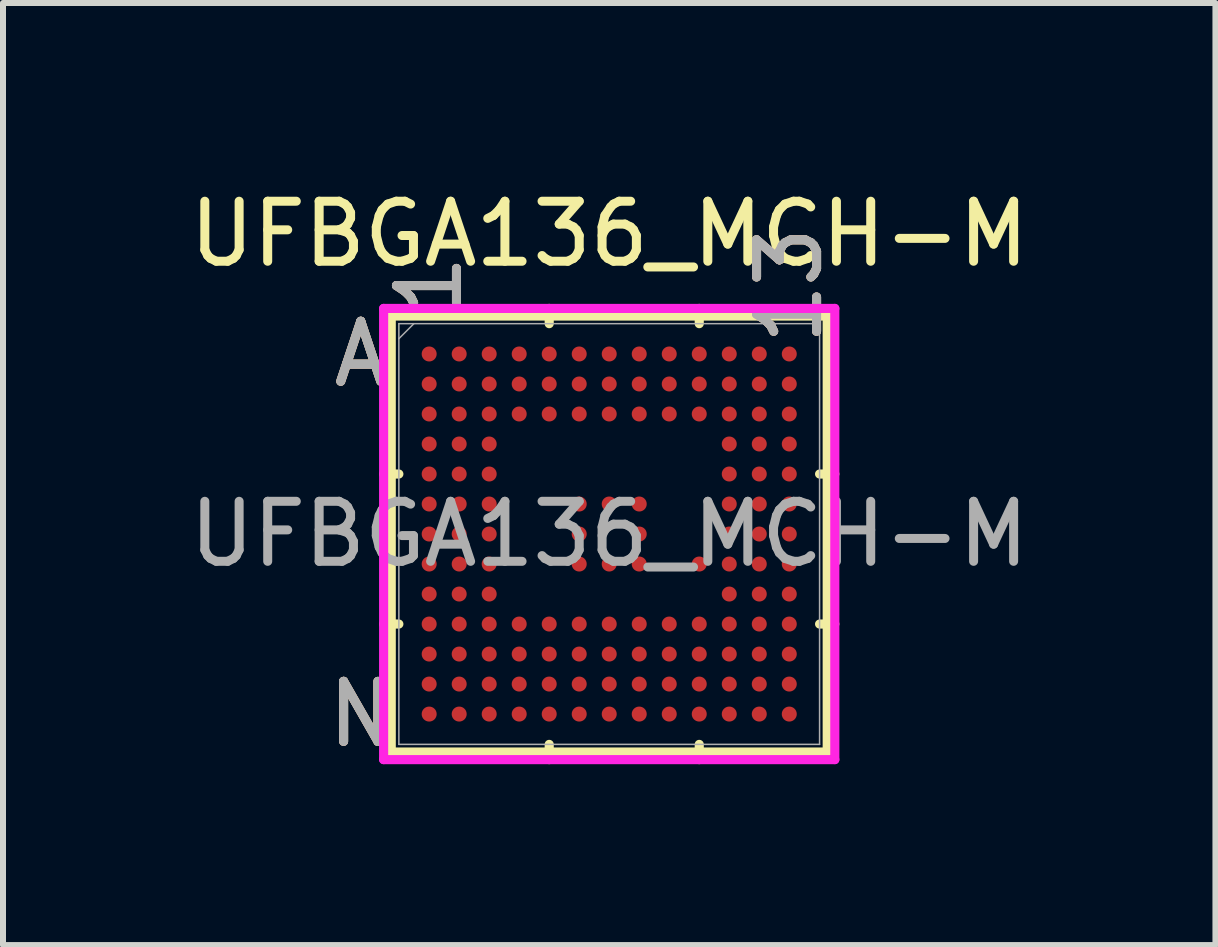
<source format=kicad_pcb>
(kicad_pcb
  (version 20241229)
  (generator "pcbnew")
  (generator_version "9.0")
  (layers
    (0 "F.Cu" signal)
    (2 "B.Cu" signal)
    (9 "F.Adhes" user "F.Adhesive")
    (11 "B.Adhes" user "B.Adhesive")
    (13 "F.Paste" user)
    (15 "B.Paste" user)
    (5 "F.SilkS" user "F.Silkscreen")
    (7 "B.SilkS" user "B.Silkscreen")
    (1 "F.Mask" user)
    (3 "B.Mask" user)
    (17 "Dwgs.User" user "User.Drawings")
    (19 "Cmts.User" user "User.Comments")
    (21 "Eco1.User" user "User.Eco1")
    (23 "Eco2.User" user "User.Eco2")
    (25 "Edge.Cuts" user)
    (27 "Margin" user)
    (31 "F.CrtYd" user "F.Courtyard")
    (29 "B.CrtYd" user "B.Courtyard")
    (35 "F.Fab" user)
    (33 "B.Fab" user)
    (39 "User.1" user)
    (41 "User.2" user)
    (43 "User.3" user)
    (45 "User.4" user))
  (footprint "UFBGA136_MCH-M"
    (layer "F.Cu")
    (at 7.101 5.848)
    (property "Reference" "UFBGA136_MCH-M" (at 0 -5 0) (unlocked yes) (layer "F.SilkS") (effects (font (size 1 1) (thickness 0.15))))
    (attr smd)
    (fp_line (start -3.632 -3.632) (end -3.632 3.632) (stroke (width 0.152) (type solid)) (layer "F.SilkS"))
    (fp_line (start -3.632 3.632) (end 3.632 3.632) (stroke (width 0.152) (type solid)) (layer "F.SilkS"))
    (fp_line (start -3.505 -1) (end -3.759 -1) (stroke (width 0.152) (type solid)) (layer "F.SilkS"))
    (fp_line (start -3.505 1.5) (end -3.759 1.5) (stroke (width 0.152) (type solid)) (layer "F.SilkS"))
    (fp_line (start -1 -3.505) (end -1 -3.759) (stroke (width 0.152) (type solid)) (layer "F.SilkS"))
    (fp_line (start -1 3.505) (end -1 3.759) (stroke (width 0.152) (type solid)) (layer "F.SilkS"))
    (fp_line (start 1.5 -3.505) (end 1.5 -3.759) (stroke (width 0.152) (type solid)) (layer "F.SilkS"))
    (fp_line (start 1.5 3.505) (end 1.5 3.759) (stroke (width 0.152) (type solid)) (layer "F.SilkS"))
    (fp_line (start 3.505 -1) (end 3.759 -1) (stroke (width 0.152) (type solid)) (layer "F.SilkS"))
    (fp_line (start 3.505 1.5) (end 3.759 1.5) (stroke (width 0.152) (type solid)) (layer "F.SilkS"))
    (fp_line (start 3.632 -3.632) (end -3.632 -3.632) (stroke (width 0.152) (type solid)) (layer "F.SilkS"))
    (fp_line (start 3.632 3.632) (end 3.632 -3.632) (stroke (width 0.152) (type solid)) (layer "F.SilkS"))
    (fp_poly (pts (xy -3.695 -3.695) (xy 3.695 -3.695) (xy 3.695 3.695) (xy -3.695 3.695)) (stroke (width 0.1) (type solid)) (fill no) (layer "Eco2.User"))
    (fp_line (start -3.759 -3.759) (end 3.759 -3.759) (stroke (width 0.152) (type solid)) (layer "F.CrtYd"))
    (fp_line (start -3.759 3.759) (end -3.759 -3.759) (stroke (width 0.152) (type solid)) (layer "F.CrtYd"))
    (fp_line (start 3.759 -3.759) (end 3.759 3.759) (stroke (width 0.152) (type solid)) (layer "F.CrtYd"))
    (fp_line (start 3.759 3.759) (end -3.759 3.759) (stroke (width 0.152) (type solid)) (layer "F.CrtYd"))
    (fp_line (start -3.505 -3.505) (end -3.505 3.505) (stroke (width 0.025) (type solid)) (layer "F.Fab"))
    (fp_line (start -3.505 3.505) (end 3.505 3.505) (stroke (width 0.025) (type solid)) (layer "F.Fab"))
    (fp_line (start -3.255 -3.505) (end -3.505 -3.255) (stroke (width 0.025) (type solid)) (layer "F.Fab"))
    (fp_line (start 3.505 -3.505) (end -3.505 -3.505) (stroke (width 0.025) (type solid)) (layer "F.Fab"))
    (fp_line (start 3.505 3.505) (end 3.505 -3.505) (stroke (width 0.025) (type solid)) (layer "F.Fab"))
    (fp_text user "N" (at -4.14 3 0) (unlocked yes) (layer "F.SilkS") (effects (font (size 1 1) (thickness 0.15))))
    (fp_text user "A" (at -4.14 -3 0) (unlocked yes) (layer "F.SilkS") (effects (font (size 1 1) (thickness 0.15))))
    (fp_text user "1" (at -3 -4.14 90) (unlocked yes) (layer "F.SilkS") (effects (font (size 1 1) (thickness 0.15))))
    (fp_text user "13" (at 3 -4.14 90) (unlocked yes) (layer "F.SilkS") (effects (font (size 1 1) (thickness 0.15))))
    (fp_text user "A" (at -4.14 -3 0) (unlocked yes) (layer "B.SilkS") (effects (font (size 1 1) (thickness 0.15))))
    (fp_text user "N" (at -4.14 3 0) (unlocked yes) (layer "B.SilkS") (effects (font (size 1 1) (thickness 0.15))))
    (fp_text user "1" (at -3 -4.14 90) (unlocked yes) (layer "B.SilkS") (effects (font (size 1 1) (thickness 0.15))))
    (fp_text user "13" (at 3 -4.14 90) (unlocked yes) (layer "B.SilkS") (effects (font (size 1 1) (thickness 0.15))))
    (fp_text user "13" (at 3 -4.14 90) (unlocked yes) (layer "F.Fab") (effects (font (size 1 1) (thickness 0.15))))
    (fp_text user "A" (at -4.14 -3 0) (unlocked yes) (layer "F.Fab") (effects (font (size 1 1) (thickness 0.15))))
    (fp_text user "1" (at -3 -4.14 90) (unlocked yes) (layer "F.Fab") (effects (font (size 1 1) (thickness 0.15))))
    (fp_text user "${REFERENCE}" (at 0 0 0) (unlocked yes) (layer "F.Fab") (effects (font (size 1 1) (thickness 0.15))))
    (fp_text user "N" (at -4.14 3 0) (unlocked yes) (layer "F.Fab") (effects (font (size 1 1) (thickness 0.15))))
    (pad "A1" smd circle (at -3 -3) (size 0.25 0.25) (layers "F.Cu" "F.Mask" "F.Paste"))
    (pad "A2" smd circle (at -2.5 -3) (size 0.25 0.25) (layers "F.Cu" "F.Mask" "F.Paste"))
    (pad "A3" smd circle (at -2 -3) (size 0.25 0.25) (layers "F.Cu" "F.Mask" "F.Paste"))
    (pad "A4" smd circle (at -1.5 -3) (size 0.25 0.25) (layers "F.Cu" "F.Mask" "F.Paste"))
    (pad "A5" smd circle (at -1 -3) (size 0.25 0.25) (layers "F.Cu" "F.Mask" "F.Paste"))
    (pad "A6" smd circle (at -0.5 -3) (size 0.25 0.25) (layers "F.Cu" "F.Mask" "F.Paste"))
    (pad "A7" smd circle (at 0 -3) (size 0.25 0.25) (layers "F.Cu" "F.Mask" "F.Paste"))
    (pad "A8" smd circle (at 0.5 -3) (size 0.25 0.25) (layers "F.Cu" "F.Mask" "F.Paste"))
    (pad "A9" smd circle (at 1 -3) (size 0.25 0.25) (layers "F.Cu" "F.Mask" "F.Paste"))
    (pad "A10" smd circle (at 1.5 -3) (size 0.25 0.25) (layers "F.Cu" "F.Mask" "F.Paste"))
    (pad "A11" smd circle (at 2 -3) (size 0.25 0.25) (layers "F.Cu" "F.Mask" "F.Paste"))
    (pad "A12" smd circle (at 2.5 -3) (size 0.25 0.25) (layers "F.Cu" "F.Mask" "F.Paste"))
    (pad "A13" smd circle (at 3 -3) (size 0.25 0.25) (layers "F.Cu" "F.Mask" "F.Paste"))
    (pad "B1" smd circle (at -3 -2.5) (size 0.25 0.25) (layers "F.Cu" "F.Mask" "F.Paste"))
    (pad "B2" smd circle (at -2.5 -2.5) (size 0.25 0.25) (layers "F.Cu" "F.Mask" "F.Paste"))
    (pad "B3" smd circle (at -2 -2.5) (size 0.25 0.25) (layers "F.Cu" "F.Mask" "F.Paste"))
    (pad "B4" smd circle (at -1.5 -2.5) (size 0.25 0.25) (layers "F.Cu" "F.Mask" "F.Paste"))
    (pad "B5" smd circle (at -1 -2.5) (size 0.25 0.25) (layers "F.Cu" "F.Mask" "F.Paste"))
    (pad "B6" smd circle (at -0.5 -2.5) (size 0.25 0.25) (layers "F.Cu" "F.Mask" "F.Paste"))
    (pad "B7" smd circle (at 0 -2.5) (size 0.25 0.25) (layers "F.Cu" "F.Mask" "F.Paste"))
    (pad "B8" smd circle (at 0.5 -2.5) (size 0.25 0.25) (layers "F.Cu" "F.Mask" "F.Paste"))
    (pad "B9" smd circle (at 1 -2.5) (size 0.25 0.25) (layers "F.Cu" "F.Mask" "F.Paste"))
    (pad "B10" smd circle (at 1.5 -2.5) (size 0.25 0.25) (layers "F.Cu" "F.Mask" "F.Paste"))
    (pad "B11" smd circle (at 2 -2.5) (size 0.25 0.25) (layers "F.Cu" "F.Mask" "F.Paste"))
    (pad "B12" smd circle (at 2.5 -2.5) (size 0.25 0.25) (layers "F.Cu" "F.Mask" "F.Paste"))
    (pad "B13" smd circle (at 3 -2.5) (size 0.25 0.25) (layers "F.Cu" "F.Mask" "F.Paste"))
    (pad "C1" smd circle (at -3 -2) (size 0.25 0.25) (layers "F.Cu" "F.Mask" "F.Paste"))
    (pad "C2" smd circle (at -2.5 -2) (size 0.25 0.25) (layers "F.Cu" "F.Mask" "F.Paste"))
    (pad "C3" smd circle (at -2 -2) (size 0.25 0.25) (layers "F.Cu" "F.Mask" "F.Paste"))
    (pad "C4" smd circle (at -1.5 -2) (size 0.25 0.25) (layers "F.Cu" "F.Mask" "F.Paste"))
    (pad "C5" smd circle (at -1 -2) (size 0.25 0.25) (layers "F.Cu" "F.Mask" "F.Paste"))
    (pad "C6" smd circle (at -0.5 -2) (size 0.25 0.25) (layers "F.Cu" "F.Mask" "F.Paste"))
    (pad "C7" smd circle (at 0 -2) (size 0.25 0.25) (layers "F.Cu" "F.Mask" "F.Paste"))
    (pad "C8" smd circle (at 0.5 -2) (size 0.25 0.25) (layers "F.Cu" "F.Mask" "F.Paste"))
    (pad "C9" smd circle (at 1 -2) (size 0.25 0.25) (layers "F.Cu" "F.Mask" "F.Paste"))
    (pad "C10" smd circle (at 1.5 -2) (size 0.25 0.25) (layers "F.Cu" "F.Mask" "F.Paste"))
    (pad "C11" smd circle (at 2 -2) (size 0.25 0.25) (layers "F.Cu" "F.Mask" "F.Paste"))
    (pad "C12" smd circle (at 2.5 -2) (size 0.25 0.25) (layers "F.Cu" "F.Mask" "F.Paste"))
    (pad "C13" smd circle (at 3 -2) (size 0.25 0.25) (layers "F.Cu" "F.Mask" "F.Paste"))
    (pad "D1" smd circle (at -3 -1.5) (size 0.25 0.25) (layers "F.Cu" "F.Mask" "F.Paste"))
    (pad "D2" smd circle (at -2.5 -1.5) (size 0.25 0.25) (layers "F.Cu" "F.Mask" "F.Paste"))
    (pad "D3" smd circle (at -2 -1.5) (size 0.25 0.25) (layers "F.Cu" "F.Mask" "F.Paste"))
    (pad "D11" smd circle (at 2 -1.5) (size 0.25 0.25) (layers "F.Cu" "F.Mask" "F.Paste"))
    (pad "D12" smd circle (at 2.5 -1.5) (size 0.25 0.25) (layers "F.Cu" "F.Mask" "F.Paste"))
    (pad "D13" smd circle (at 3 -1.5) (size 0.25 0.25) (layers "F.Cu" "F.Mask" "F.Paste"))
    (pad "E1" smd circle (at -3 -1) (size 0.25 0.25) (layers "F.Cu" "F.Mask" "F.Paste"))
    (pad "E2" smd circle (at -2.5 -1) (size 0.25 0.25) (layers "F.Cu" "F.Mask" "F.Paste"))
    (pad "E3" smd circle (at -2 -1) (size 0.25 0.25) (layers "F.Cu" "F.Mask" "F.Paste"))
    (pad "E11" smd circle (at 2 -1) (size 0.25 0.25) (layers "F.Cu" "F.Mask" "F.Paste"))
    (pad "E12" smd circle (at 2.5 -1) (size 0.25 0.25) (layers "F.Cu" "F.Mask" "F.Paste"))
    (pad "E13" smd circle (at 3 -1) (size 0.25 0.25) (layers "F.Cu" "F.Mask" "F.Paste"))
    (pad "F1" smd circle (at -3 -0.5) (size 0.25 0.25) (layers "F.Cu" "F.Mask" "F.Paste"))
    (pad "F2" smd circle (at -2.5 -0.5) (size 0.25 0.25) (layers "F.Cu" "F.Mask" "F.Paste"))
    (pad "F3" smd circle (at -2 -0.5) (size 0.25 0.25) (layers "F.Cu" "F.Mask" "F.Paste"))
    (pad "F6" smd circle (at -0.5 -0.5) (size 0.25 0.25) (layers "F.Cu" "F.Mask" "F.Paste"))
    (pad "F7" smd circle (at 0 -0.5) (size 0.25 0.25) (layers "F.Cu" "F.Mask" "F.Paste"))
    (pad "F8" smd circle (at 0.5 -0.5) (size 0.25 0.25) (layers "F.Cu" "F.Mask" "F.Paste"))
    (pad "F11" smd circle (at 2 -0.5) (size 0.25 0.25) (layers "F.Cu" "F.Mask" "F.Paste"))
    (pad "F12" smd circle (at 2.5 -0.5) (size 0.25 0.25) (layers "F.Cu" "F.Mask" "F.Paste"))
    (pad "F13" smd circle (at 3 -0.5) (size 0.25 0.25) (layers "F.Cu" "F.Mask" "F.Paste"))
    (pad "G1" smd circle (at -3 0) (size 0.25 0.25) (layers "F.Cu" "F.Mask" "F.Paste"))
    (pad "G2" smd circle (at -2.5 0) (size 0.25 0.25) (layers "F.Cu" "F.Mask" "F.Paste"))
    (pad "G3" smd circle (at -2 0) (size 0.25 0.25) (layers "F.Cu" "F.Mask" "F.Paste"))
    (pad "G6" smd circle (at -0.5 0) (size 0.25 0.25) (layers "F.Cu" "F.Mask" "F.Paste"))
    (pad "G8" smd circle (at 0.5 0) (size 0.25 0.25) (layers "F.Cu" "F.Mask" "F.Paste"))
    (pad "G11" smd circle (at 2 0) (size 0.25 0.25) (layers "F.Cu" "F.Mask" "F.Paste"))
    (pad "G12" smd circle (at 2.5 0) (size 0.25 0.25) (layers "F.Cu" "F.Mask" "F.Paste"))
    (pad "G13" smd circle (at 3 0) (size 0.25 0.25) (layers "F.Cu" "F.Mask" "F.Paste"))
    (pad "H1" smd circle (at -3 0.5) (size 0.25 0.25) (layers "F.Cu" "F.Mask" "F.Paste"))
    (pad "H2" smd circle (at -2.5 0.5) (size 0.25 0.25) (layers "F.Cu" "F.Mask" "F.Paste"))
    (pad "H3" smd circle (at -2 0.5) (size 0.25 0.25) (layers "F.Cu" "F.Mask" "F.Paste"))
    (pad "H6" smd circle (at -0.5 0.5) (size 0.25 0.25) (layers "F.Cu" "F.Mask" "F.Paste"))
    (pad "H7" smd circle (at 0 0.5) (size 0.25 0.25) (layers "F.Cu" "F.Mask" "F.Paste"))
    (pad "H8" smd circle (at 0.5 0.5) (size 0.25 0.25) (layers "F.Cu" "F.Mask" "F.Paste"))
    (pad "H10" smd circle (at 1.5 0.5) (size 0.25 0.25) (layers "F.Cu" "F.Mask" "F.Paste"))
    (pad "H11" smd circle (at 2 0.5) (size 0.25 0.25) (layers "F.Cu" "F.Mask" "F.Paste"))
    (pad "H12" smd circle (at 2.5 0.5) (size 0.25 0.25) (layers "F.Cu" "F.Mask" "F.Paste"))
    (pad "H13" smd circle (at 3 0.5) (size 0.25 0.25) (layers "F.Cu" "F.Mask" "F.Paste"))
    (pad "J1" smd circle (at -3 1) (size 0.25 0.25) (layers "F.Cu" "F.Mask" "F.Paste"))
    (pad "J2" smd circle (at -2.5 1) (size 0.25 0.25) (layers "F.Cu" "F.Mask" "F.Paste"))
    (pad "J3" smd circle (at -2 1) (size 0.25 0.25) (layers "F.Cu" "F.Mask" "F.Paste"))
    (pad "J11" smd circle (at 2 1) (size 0.25 0.25) (layers "F.Cu" "F.Mask" "F.Paste"))
    (pad "J12" smd circle (at 2.5 1) (size 0.25 0.25) (layers "F.Cu" "F.Mask" "F.Paste"))
    (pad "J13" smd circle (at 3 1) (size 0.25 0.25) (layers "F.Cu" "F.Mask" "F.Paste"))
    (pad "K1" smd circle (at -3 1.5) (size 0.25 0.25) (layers "F.Cu" "F.Mask" "F.Paste"))
    (pad "K2" smd circle (at -2.5 1.5) (size 0.25 0.25) (layers "F.Cu" "F.Mask" "F.Paste"))
    (pad "K3" smd circle (at -2 1.5) (size 0.25 0.25) (layers "F.Cu" "F.Mask" "F.Paste"))
    (pad "K4" smd circle (at -1.5 1.5) (size 0.25 0.25) (layers "F.Cu" "F.Mask" "F.Paste"))
    (pad "K5" smd circle (at -1 1.5) (size 0.25 0.25) (layers "F.Cu" "F.Mask" "F.Paste"))
    (pad "K6" smd circle (at -0.5 1.5) (size 0.25 0.25) (layers "F.Cu" "F.Mask" "F.Paste"))
    (pad "K7" smd circle (at 0 1.5) (size 0.25 0.25) (layers "F.Cu" "F.Mask" "F.Paste"))
    (pad "K8" smd circle (at 0.5 1.5) (size 0.25 0.25) (layers "F.Cu" "F.Mask" "F.Paste"))
    (pad "K9" smd circle (at 1 1.5) (size 0.25 0.25) (layers "F.Cu" "F.Mask" "F.Paste"))
    (pad "K10" smd circle (at 1.5 1.5) (size 0.25 0.25) (layers "F.Cu" "F.Mask" "F.Paste"))
    (pad "K11" smd circle (at 2 1.5) (size 0.25 0.25) (layers "F.Cu" "F.Mask" "F.Paste"))
    (pad "K12" smd circle (at 2.5 1.5) (size 0.25 0.25) (layers "F.Cu" "F.Mask" "F.Paste"))
    (pad "K13" smd circle (at 3 1.5) (size 0.25 0.25) (layers "F.Cu" "F.Mask" "F.Paste"))
    (pad "L1" smd circle (at -3 2) (size 0.25 0.25) (layers "F.Cu" "F.Mask" "F.Paste"))
    (pad "L2" smd circle (at -2.5 2) (size 0.25 0.25) (layers "F.Cu" "F.Mask" "F.Paste"))
    (pad "L3" smd circle (at -2 2) (size 0.25 0.25) (layers "F.Cu" "F.Mask" "F.Paste"))
    (pad "L4" smd circle (at -1.5 2) (size 0.25 0.25) (layers "F.Cu" "F.Mask" "F.Paste"))
    (pad "L5" smd circle (at -1 2) (size 0.25 0.25) (layers "F.Cu" "F.Mask" "F.Paste"))
    (pad "L6" smd circle (at -0.5 2) (size 0.25 0.25) (layers "F.Cu" "F.Mask" "F.Paste"))
    (pad "L7" smd circle (at 0 2) (size 0.25 0.25) (layers "F.Cu" "F.Mask" "F.Paste"))
    (pad "L8" smd circle (at 0.5 2) (size 0.25 0.25) (layers "F.Cu" "F.Mask" "F.Paste"))
    (pad "L9" smd circle (at 1 2) (size 0.25 0.25) (layers "F.Cu" "F.Mask" "F.Paste"))
    (pad "L10" smd circle (at 1.5 2) (size 0.25 0.25) (layers "F.Cu" "F.Mask" "F.Paste"))
    (pad "L11" smd circle (at 2 2) (size 0.25 0.25) (layers "F.Cu" "F.Mask" "F.Paste"))
    (pad "L12" smd circle (at 2.5 2) (size 0.25 0.25) (layers "F.Cu" "F.Mask" "F.Paste"))
    (pad "L13" smd circle (at 3 2) (size 0.25 0.25) (layers "F.Cu" "F.Mask" "F.Paste"))
    (pad "M1" smd circle (at -3 2.5) (size 0.25 0.25) (layers "F.Cu" "F.Mask" "F.Paste"))
    (pad "M2" smd circle (at -2.5 2.5) (size 0.25 0.25) (layers "F.Cu" "F.Mask" "F.Paste"))
    (pad "M3" smd circle (at -2 2.5) (size 0.25 0.25) (layers "F.Cu" "F.Mask" "F.Paste"))
    (pad "M4" smd circle (at -1.5 2.5) (size 0.25 0.25) (layers "F.Cu" "F.Mask" "F.Paste"))
    (pad "M5" smd circle (at -1 2.5) (size 0.25 0.25) (layers "F.Cu" "F.Mask" "F.Paste"))
    (pad "M6" smd circle (at -0.5 2.5) (size 0.25 0.25) (layers "F.Cu" "F.Mask" "F.Paste"))
    (pad "M7" smd circle (at 0 2.5) (size 0.25 0.25) (layers "F.Cu" "F.Mask" "F.Paste"))
    (pad "M8" smd circle (at 0.5 2.5) (size 0.25 0.25) (layers "F.Cu" "F.Mask" "F.Paste"))
    (pad "M9" smd circle (at 1 2.5) (size 0.25 0.25) (layers "F.Cu" "F.Mask" "F.Paste"))
    (pad "M10" smd circle (at 1.5 2.5) (size 0.25 0.25) (layers "F.Cu" "F.Mask" "F.Paste"))
    (pad "M11" smd circle (at 2 2.5) (size 0.25 0.25) (layers "F.Cu" "F.Mask" "F.Paste"))
    (pad "M12" smd circle (at 2.5 2.5) (size 0.25 0.25) (layers "F.Cu" "F.Mask" "F.Paste"))
    (pad "M13" smd circle (at 3 2.5) (size 0.25 0.25) (layers "F.Cu" "F.Mask" "F.Paste"))
    (pad "N1" smd circle (at -3 3) (size 0.25 0.25) (layers "F.Cu" "F.Mask" "F.Paste"))
    (pad "N2" smd circle (at -2.5 3) (size 0.25 0.25) (layers "F.Cu" "F.Mask" "F.Paste"))
    (pad "N3" smd circle (at -2 3) (size 0.25 0.25) (layers "F.Cu" "F.Mask" "F.Paste"))
    (pad "N4" smd circle (at -1.5 3) (size 0.25 0.25) (layers "F.Cu" "F.Mask" "F.Paste"))
    (pad "N5" smd circle (at -1 3) (size 0.25 0.25) (layers "F.Cu" "F.Mask" "F.Paste"))
    (pad "N6" smd circle (at -0.5 3) (size 0.25 0.25) (layers "F.Cu" "F.Mask" "F.Paste"))
    (pad "N7" smd circle (at 0 3) (size 0.25 0.25) (layers "F.Cu" "F.Mask" "F.Paste"))
    (pad "N8" smd circle (at 0.5 3) (size 0.25 0.25) (layers "F.Cu" "F.Mask" "F.Paste"))
    (pad "N9" smd circle (at 1 3) (size 0.25 0.25) (layers "F.Cu" "F.Mask" "F.Paste"))
    (pad "N10" smd circle (at 1.5 3) (size 0.25 0.25) (layers "F.Cu" "F.Mask" "F.Paste"))
    (pad "N11" smd circle (at 2 3) (size 0.25 0.25) (layers "F.Cu" "F.Mask" "F.Paste"))
    (pad "N12" smd circle (at 2.5 3) (size 0.25 0.25) (layers "F.Cu" "F.Mask" "F.Paste"))
    (pad "N13" smd circle (at 3 3) (size 0.25 0.25) (layers "F.Cu" "F.Mask" "F.Paste")))
  (gr_rect
    (start -3 -3)
    (end 17.202 12.697)
    (stroke (width 0.1) (type default))
    (fill no)
    (layer "Edge.Cuts")))
</source>
